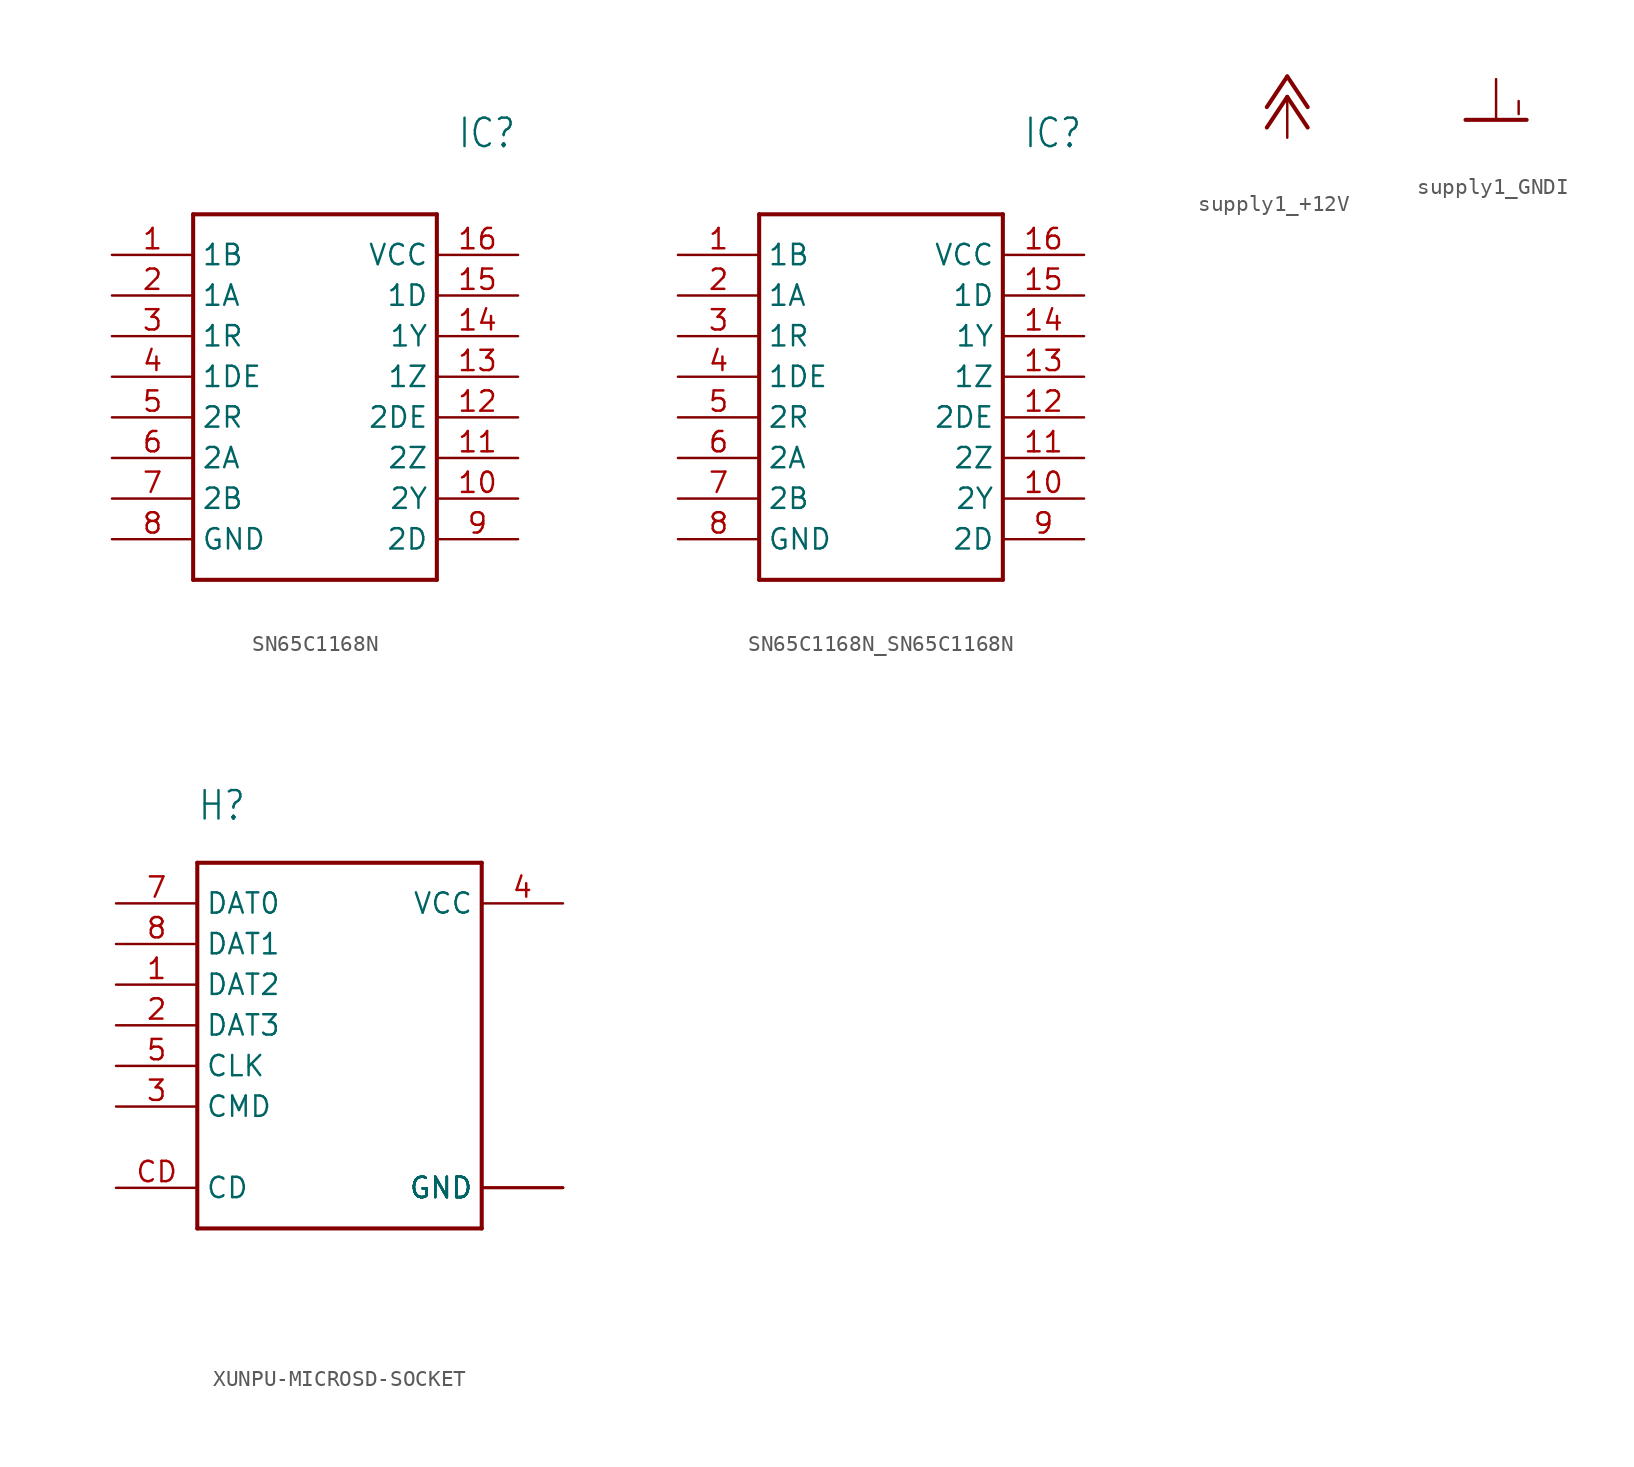
<source format=kicad_sym>
(kicad_symbol_lib
  (version 20241209)
  (generator "kicad_symbol_editor")
  (generator_version "9.0")
  (symbol "SN65C1168N"
    (property "Reference" "IC"
      (at 21.59 7.62 0)
      (effects (font (size 1.778 1.511)) (justify left)))
    (property "Value" ""
      (at 21.59 5.08 0)
      (effects (font (size 1.778 1.511)) (justify left)))
    (property "ki_locked" ""
      (at 0 0 0)
      (effects (font (size 1.27 1.27))))
    (symbol "SN65C1168N_1_0"
      (polyline (pts (xy 5.08 2.54) (xy 5.08 -20.32)) (stroke (width 0.254) (type solid)) (fill (type none)))
      (polyline (pts (xy 5.08 2.54) (xy 20.32 2.54)) (stroke (width 0.254) (type solid)) (fill (type none)))
      (polyline (pts (xy 20.32 -20.32) (xy 5.08 -20.32)) (stroke (width 0.254) (type solid)) (fill (type none)))
      (polyline (pts (xy 20.32 -20.32) (xy 20.32 2.54)) (stroke (width 0.254) (type solid)) (fill (type none)))
      (pin input line (at 0 0 0) (length 5.08) (name "1B" (effects (font (size 1.27 1.27)))) (number "1" (effects (font (size 1.27 1.27)))))
      (pin input line (at 0 -2.54 0) (length 5.08) (name "1A" (effects (font (size 1.27 1.27)))) (number "2" (effects (font (size 1.27 1.27)))))
      (pin output line (at 0 -5.08 0) (length 5.08) (name "1R" (effects (font (size 1.27 1.27)))) (number "3" (effects (font (size 1.27 1.27)))))
      (pin input line (at 0 -7.62 0) (length 5.08) (name "1DE" (effects (font (size 1.27 1.27)))) (number "4" (effects (font (size 1.27 1.27)))))
      (pin output line (at 0 -10.16 0) (length 5.08) (name "2R" (effects (font (size 1.27 1.27)))) (number "5" (effects (font (size 1.27 1.27)))))
      (pin input line (at 0 -12.7 0) (length 5.08) (name "2A" (effects (font (size 1.27 1.27)))) (number "6" (effects (font (size 1.27 1.27)))))
      (pin input line (at 0 -15.24 0) (length 5.08) (name "2B" (effects (font (size 1.27 1.27)))) (number "7" (effects (font (size 1.27 1.27)))))
      (pin power_in line (at 0 -17.78 0) (length 5.08) (name "GND" (effects (font (size 1.27 1.27)))) (number "8" (effects (font (size 1.27 1.27)))))
      (pin power_in line (at 25.4 0 180) (length 5.08) (name "VCC" (effects (font (size 1.27 1.27)))) (number "16" (effects (font (size 1.27 1.27)))))
      (pin input line (at 25.4 -2.54 180) (length 5.08) (name "1D" (effects (font (size 1.27 1.27)))) (number "15" (effects (font (size 1.27 1.27)))))
      (pin output line (at 25.4 -5.08 180) (length 5.08) (name "1Y" (effects (font (size 1.27 1.27)))) (number "14" (effects (font (size 1.27 1.27)))))
      (pin output line (at 25.4 -7.62 180) (length 5.08) (name "1Z" (effects (font (size 1.27 1.27)))) (number "13" (effects (font (size 1.27 1.27)))))
      (pin input line (at 25.4 -10.16 180) (length 5.08) (name "2DE" (effects (font (size 1.27 1.27)))) (number "12" (effects (font (size 1.27 1.27)))))
      (pin output line (at 25.4 -12.7 180) (length 5.08) (name "2Z" (effects (font (size 1.27 1.27)))) (number "11" (effects (font (size 1.27 1.27)))))
      (pin output line (at 25.4 -15.24 180) (length 5.08) (name "2Y" (effects (font (size 1.27 1.27)))) (number "10" (effects (font (size 1.27 1.27)))))
      (pin input line (at 25.4 -17.78 180) (length 5.08) (name "2D" (effects (font (size 1.27 1.27)))) (number "9" (effects (font (size 1.27 1.27)))))))
  (symbol "SN65C1168N_SN65C1168N"
    (property "Reference" "IC"
      (at 21.59 7.62 0)
      (effects (font (size 1.778 1.511)) (justify left)))
    (property "Value" ""
      (at 21.59 5.08 0)
      (effects (font (size 1.778 1.511)) (justify left)))
    (property "ki_locked" ""
      (at 0 0 0)
      (effects (font (size 1.27 1.27))))
    (symbol "SN65C1168N_SN65C1168N_1_0"
      (polyline (pts (xy 5.08 2.54) (xy 5.08 -20.32)) (stroke (width 0.254) (type solid)) (fill (type none)))
      (polyline (pts (xy 5.08 2.54) (xy 20.32 2.54)) (stroke (width 0.254) (type solid)) (fill (type none)))
      (polyline (pts (xy 20.32 -20.32) (xy 5.08 -20.32)) (stroke (width 0.254) (type solid)) (fill (type none)))
      (polyline (pts (xy 20.32 -20.32) (xy 20.32 2.54)) (stroke (width 0.254) (type solid)) (fill (type none)))
      (pin input line (at 0 0 0) (length 5.08) (name "1B" (effects (font (size 1.27 1.27)))) (number "1" (effects (font (size 1.27 1.27)))))
      (pin input line (at 0 -2.54 0) (length 5.08) (name "1A" (effects (font (size 1.27 1.27)))) (number "2" (effects (font (size 1.27 1.27)))))
      (pin output line (at 0 -5.08 0) (length 5.08) (name "1R" (effects (font (size 1.27 1.27)))) (number "3" (effects (font (size 1.27 1.27)))))
      (pin input line (at 0 -7.62 0) (length 5.08) (name "1DE" (effects (font (size 1.27 1.27)))) (number "4" (effects (font (size 1.27 1.27)))))
      (pin output line (at 0 -10.16 0) (length 5.08) (name "2R" (effects (font (size 1.27 1.27)))) (number "5" (effects (font (size 1.27 1.27)))))
      (pin input line (at 0 -12.7 0) (length 5.08) (name "2A" (effects (font (size 1.27 1.27)))) (number "6" (effects (font (size 1.27 1.27)))))
      (pin input line (at 0 -15.24 0) (length 5.08) (name "2B" (effects (font (size 1.27 1.27)))) (number "7" (effects (font (size 1.27 1.27)))))
      (pin power_in line (at 0 -17.78 0) (length 5.08) (name "GND" (effects (font (size 1.27 1.27)))) (number "8" (effects (font (size 1.27 1.27)))))
      (pin power_in line (at 25.4 0 180) (length 5.08) (name "VCC" (effects (font (size 1.27 1.27)))) (number "16" (effects (font (size 1.27 1.27)))))
      (pin input line (at 25.4 -2.54 180) (length 5.08) (name "1D" (effects (font (size 1.27 1.27)))) (number "15" (effects (font (size 1.27 1.27)))))
      (pin output line (at 25.4 -5.08 180) (length 5.08) (name "1Y" (effects (font (size 1.27 1.27)))) (number "14" (effects (font (size 1.27 1.27)))))
      (pin output line (at 25.4 -7.62 180) (length 5.08) (name "1Z" (effects (font (size 1.27 1.27)))) (number "13" (effects (font (size 1.27 1.27)))))
      (pin input line (at 25.4 -10.16 180) (length 5.08) (name "2DE" (effects (font (size 1.27 1.27)))) (number "12" (effects (font (size 1.27 1.27)))))
      (pin output line (at 25.4 -12.7 180) (length 5.08) (name "2Z" (effects (font (size 1.27 1.27)))) (number "11" (effects (font (size 1.27 1.27)))))
      (pin output line (at 25.4 -15.24 180) (length 5.08) (name "2Y" (effects (font (size 1.27 1.27)))) (number "10" (effects (font (size 1.27 1.27)))))
      (pin input line (at 25.4 -17.78 180) (length 5.08) (name "2D" (effects (font (size 1.27 1.27)))) (number "9" (effects (font (size 1.27 1.27)))))))
  (symbol "supply1_+12V"
    (power)
    (property "Reference" "#P+"
      (at 0 0 0)
      (effects (font (size 1.27 1.27)) (hide yes)))
    (property "Value" ""
      (at -2.54 -5.08 90)
      (effects (font (size 1.778 1.511)) (justify left bottom)))
    (property "ki_locked" ""
      (at 0 0 0)
      (effects (font (size 1.27 1.27))))
    (symbol "supply1_+12V_1_0"
      (polyline (pts (xy 0 1.27) (xy -1.27 -0.635)) (stroke (width 0.254) (type solid)) (fill (type none)))
      (polyline (pts (xy 0 0) (xy -1.27 -1.905)) (stroke (width 0.254) (type solid)) (fill (type none)))
      (polyline (pts (xy 1.27 -0.635) (xy 0 1.27)) (stroke (width 0.254) (type solid)) (fill (type none)))
      (polyline (pts (xy 1.27 -1.905) (xy 0 0)) (stroke (width 0.254) (type solid)) (fill (type none)))
      (pin power_in line (at 0 -2.54 90) (length 2.54) (name "+12V" (effects (font (size 0 0)))) (number "1" (effects (font (size 0 0)))))))
  (symbol "supply1_GNDI"
    (power)
    (property "Reference" "#GNDI"
      (at 0 0 0)
      (effects (font (size 1.27 1.27)) (hide yes)))
    (property "Value" ""
      (at -2.54 -2.54 0)
      (effects (font (size 1.778 1.511)) (justify left bottom)))
    (property "ki_locked" ""
      (at 0 0 0)
      (effects (font (size 1.27 1.27))))
    (symbol "supply1_GNDI_1_0"
      (polyline (pts (xy -1.905 0) (xy 1.905 0)) (stroke (width 0.254) (type solid)) (fill (type none)))
      (text "I" (at 1.143 0.254 0) (effects (font (size 0.813 0.691)) (justify left bottom)))
      (pin power_in line (at 0 2.54 270) (length 2.54) (name "GNDI" (effects (font (size 0 0)))) (number "1" (effects (font (size 0 0)))))))
  (symbol "XUNPU-MICROSD-SOCKET"
    (property "Reference" "H"
      (at -10.16 15.24 0)
      (effects (font (size 1.778 1.511)) (justify left bottom)))
    (property "Value" ""
      (at -10.16 -15.24 0)
      (effects (font (size 1.778 1.511)) (justify left bottom)))
    (property "ki_locked" ""
      (at 0 0 0)
      (effects (font (size 1.27 1.27))))
    (symbol "XUNPU-MICROSD-SOCKET_1_0"
      (polyline (pts (xy -10.16 12.7) (xy 7.62 12.7)) (stroke (width 0.254) (type solid)) (fill (type none)))
      (polyline (pts (xy -10.16 -10.16) (xy -10.16 12.7)) (stroke (width 0.254) (type solid)) (fill (type none)))
      (polyline (pts (xy 7.62 12.7) (xy 7.62 -10.16)) (stroke (width 0.254) (type solid)) (fill (type none)))
      (polyline (pts (xy 7.62 -10.16) (xy -10.16 -10.16)) (stroke (width 0.254) (type solid)) (fill (type none)))
      (pin bidirectional line (at -15.24 10.16 0) (length 5.08) (name "DAT0" (effects (font (size 1.27 1.27)))) (number "7" (effects (font (size 1.27 1.27)))))
      (pin bidirectional line (at -15.24 7.62 0) (length 5.08) (name "DAT1" (effects (font (size 1.27 1.27)))) (number "8" (effects (font (size 1.27 1.27)))))
      (pin bidirectional line (at -15.24 5.08 0) (length 5.08) (name "DAT2" (effects (font (size 1.27 1.27)))) (number "1" (effects (font (size 1.27 1.27)))))
      (pin bidirectional line (at -15.24 2.54 0) (length 5.08) (name "DAT3" (effects (font (size 1.27 1.27)))) (number "2" (effects (font (size 1.27 1.27)))))
      (pin bidirectional line (at -15.24 0 0) (length 5.08) (name "CLK" (effects (font (size 1.27 1.27)))) (number "5" (effects (font (size 1.27 1.27)))))
      (pin bidirectional line (at -15.24 -2.54 0) (length 5.08) (name "CMD" (effects (font (size 1.27 1.27)))) (number "3" (effects (font (size 1.27 1.27)))))
      (pin bidirectional line (at -15.24 -7.62 0) (length 5.08) (name "CD" (effects (font (size 1.27 1.27)))) (number "CD" (effects (font (size 1.27 1.27)))))
      (pin bidirectional line (at 12.7 10.16 180) (length 5.08) (name "VCC" (effects (font (size 1.27 1.27)))) (number "4" (effects (font (size 1.27 1.27)))))
      (pin bidirectional line (at 12.7 -7.62 180) (length 5.08) (name "GND" (effects (font (size 1.27 1.27)))) (number "6" (effects (font (size 0 0)))))
      (pin bidirectional line (at 12.7 -7.62 180) (length 5.08) (name "GND" (effects (font (size 1.27 1.27)))) (number "GND1" (effects (font (size 0 0)))))
      (pin bidirectional line (at 12.7 -7.62 180) (length 5.08) (name "GND" (effects (font (size 1.27 1.27)))) (number "GND2" (effects (font (size 0 0)))))
      (pin bidirectional line (at 12.7 -7.62 180) (length 5.08) (name "GND" (effects (font (size 1.27 1.27)))) (number "GND3" (effects (font (size 0 0)))))
      (pin bidirectional line (at 12.7 -7.62 180) (length 5.08) (name "GND" (effects (font (size 1.27 1.27)))) (number "GND4" (effects (font (size 0 0))))))))
</source>
